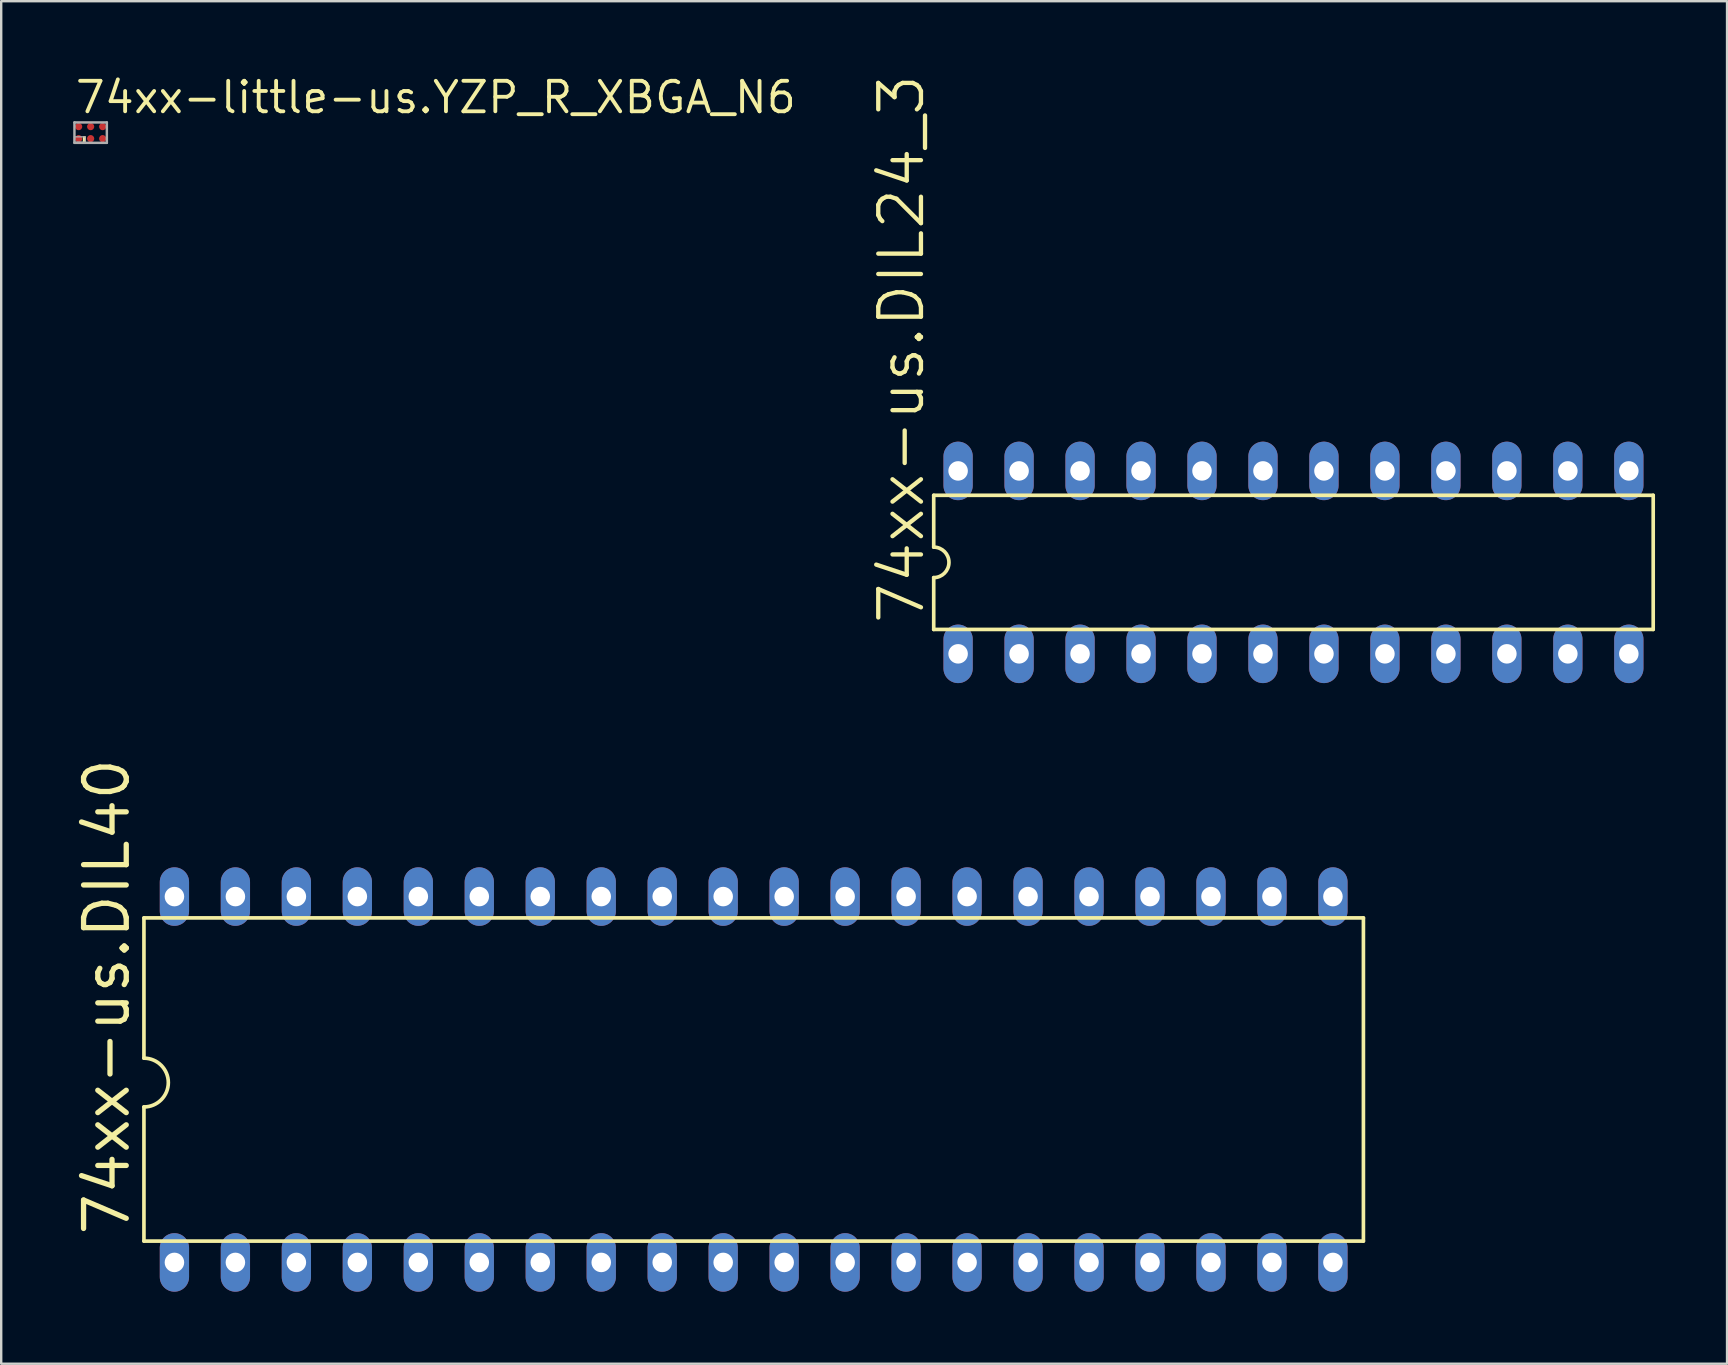
<source format=kicad_pcb>
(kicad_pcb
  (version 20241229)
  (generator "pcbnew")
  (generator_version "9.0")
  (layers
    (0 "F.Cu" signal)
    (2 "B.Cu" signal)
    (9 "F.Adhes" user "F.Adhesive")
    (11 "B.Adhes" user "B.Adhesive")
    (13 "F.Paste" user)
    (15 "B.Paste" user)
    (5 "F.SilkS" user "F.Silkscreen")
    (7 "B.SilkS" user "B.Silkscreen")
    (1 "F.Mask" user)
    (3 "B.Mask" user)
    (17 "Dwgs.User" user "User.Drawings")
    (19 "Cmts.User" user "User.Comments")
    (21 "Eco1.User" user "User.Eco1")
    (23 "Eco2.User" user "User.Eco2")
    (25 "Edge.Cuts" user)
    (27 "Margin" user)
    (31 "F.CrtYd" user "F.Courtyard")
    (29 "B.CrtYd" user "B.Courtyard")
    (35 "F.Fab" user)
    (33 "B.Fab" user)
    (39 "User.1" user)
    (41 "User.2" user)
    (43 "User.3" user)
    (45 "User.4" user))
  (footprint "74xx-us.DIL40"
    (layer "F.Cu")
    (at 28.346 41.919)
    (property "Reference" "74xx-us.DIL40" (at -25.908 6.604 90) (layer "F.SilkS") (effects (font (size 1.778 1.778) (thickness 0.22)) (justify left bottom)))
    (attr through_hole)
    (fp_line (start -25.4 -6.731) (end -25.4 -0.889) (stroke (width 0.152) (type default)) (layer "F.SilkS"))
    (fp_line (start -25.4 6.731) (end -25.4 1.143) (stroke (width 0.152) (type default)) (layer "F.SilkS"))
    (fp_line (start -25.4 6.731) (end 25.4 6.731) (stroke (width 0.152) (type default)) (layer "F.SilkS"))
    (fp_line (start 25.4 -6.731) (end -25.4 -6.731) (stroke (width 0.152) (type default)) (layer "F.SilkS"))
    (fp_line (start 25.4 -6.731) (end 25.4 6.731) (stroke (width 0.152) (type default)) (layer "F.SilkS"))
    (fp_arc (start -25.4 -0.889) (mid -24.384 0.127) (end -25.4 1.143) (stroke (width 0.1524) (type default)) (layer "F.SilkS"))
    (pad "1" thru_hole oval (at -24.13 7.62 90) (size 2.438 1.219) (drill 0.813) (layers "*.Cu" "*.Mask"))
    (pad "2" thru_hole oval (at -21.59 7.62 90) (size 2.438 1.219) (drill 0.813) (layers "*.Cu" "*.Mask"))
    (pad "3" thru_hole oval (at -19.05 7.62 90) (size 2.438 1.219) (drill 0.813) (layers "*.Cu" "*.Mask"))
    (pad "4" thru_hole oval (at -16.51 7.62 90) (size 2.438 1.219) (drill 0.813) (layers "*.Cu" "*.Mask"))
    (pad "5" thru_hole oval (at -13.97 7.62 90) (size 2.438 1.219) (drill 0.813) (layers "*.Cu" "*.Mask"))
    (pad "6" thru_hole oval (at -11.43 7.62 90) (size 2.438 1.219) (drill 0.813) (layers "*.Cu" "*.Mask"))
    (pad "7" thru_hole oval (at -8.89 7.62 90) (size 2.438 1.219) (drill 0.813) (layers "*.Cu" "*.Mask"))
    (pad "8" thru_hole oval (at -6.35 7.62 90) (size 2.438 1.219) (drill 0.813) (layers "*.Cu" "*.Mask"))
    (pad "9" thru_hole oval (at -3.81 7.62 90) (size 2.438 1.219) (drill 0.813) (layers "*.Cu" "*.Mask"))
    (pad "10" thru_hole oval (at -1.27 7.62 90) (size 2.438 1.219) (drill 0.813) (layers "*.Cu" "*.Mask"))
    (pad "11" thru_hole oval (at 1.27 7.62 90) (size 2.438 1.219) (drill 0.813) (layers "*.Cu" "*.Mask"))
    (pad "12" thru_hole oval (at 3.81 7.62 90) (size 2.438 1.219) (drill 0.813) (layers "*.Cu" "*.Mask"))
    (pad "13" thru_hole oval (at 6.35 7.62 90) (size 2.438 1.219) (drill 0.813) (layers "*.Cu" "*.Mask"))
    (pad "14" thru_hole oval (at 8.89 7.62 90) (size 2.438 1.219) (drill 0.813) (layers "*.Cu" "*.Mask"))
    (pad "15" thru_hole oval (at 11.43 7.62 90) (size 2.438 1.219) (drill 0.813) (layers "*.Cu" "*.Mask"))
    (pad "16" thru_hole oval (at 13.97 7.62 90) (size 2.438 1.219) (drill 0.813) (layers "*.Cu" "*.Mask"))
    (pad "17" thru_hole oval (at 16.51 7.62 90) (size 2.438 1.219) (drill 0.813) (layers "*.Cu" "*.Mask"))
    (pad "18" thru_hole oval (at 19.05 7.62 90) (size 2.438 1.219) (drill 0.813) (layers "*.Cu" "*.Mask"))
    (pad "19" thru_hole oval (at 21.59 7.62 90) (size 2.438 1.219) (drill 0.813) (layers "*.Cu" "*.Mask"))
    (pad "20" thru_hole oval (at 24.13 7.62 90) (size 2.438 1.219) (drill 0.813) (layers "*.Cu" "*.Mask"))
    (pad "21" thru_hole oval (at 24.13 -7.62 90) (size 2.438 1.219) (drill 0.813) (layers "*.Cu" "*.Mask"))
    (pad "22" thru_hole oval (at 21.59 -7.62 90) (size 2.438 1.219) (drill 0.813) (layers "*.Cu" "*.Mask"))
    (pad "23" thru_hole oval (at 19.05 -7.62 90) (size 2.438 1.219) (drill 0.813) (layers "*.Cu" "*.Mask"))
    (pad "24" thru_hole oval (at 16.51 -7.62 90) (size 2.438 1.219) (drill 0.813) (layers "*.Cu" "*.Mask"))
    (pad "25" thru_hole oval (at 13.97 -7.62 90) (size 2.438 1.219) (drill 0.813) (layers "*.Cu" "*.Mask"))
    (pad "26" thru_hole oval (at 11.43 -7.62 90) (size 2.438 1.219) (drill 0.813) (layers "*.Cu" "*.Mask"))
    (pad "27" thru_hole oval (at 8.89 -7.62 90) (size 2.438 1.219) (drill 0.813) (layers "*.Cu" "*.Mask"))
    (pad "28" thru_hole oval (at 6.35 -7.62 90) (size 2.438 1.219) (drill 0.813) (layers "*.Cu" "*.Mask"))
    (pad "29" thru_hole oval (at 3.81 -7.62 90) (size 2.438 1.219) (drill 0.813) (layers "*.Cu" "*.Mask"))
    (pad "30" thru_hole oval (at 1.27 -7.62 90) (size 2.438 1.219) (drill 0.813) (layers "*.Cu" "*.Mask"))
    (pad "31" thru_hole oval (at -1.27 -7.62 90) (size 2.438 1.219) (drill 0.813) (layers "*.Cu" "*.Mask"))
    (pad "32" thru_hole oval (at -3.81 -7.62 90) (size 2.438 1.219) (drill 0.813) (layers "*.Cu" "*.Mask"))
    (pad "33" thru_hole oval (at -6.35 -7.62 90) (size 2.438 1.219) (drill 0.813) (layers "*.Cu" "*.Mask"))
    (pad "34" thru_hole oval (at -8.89 -7.62 90) (size 2.438 1.219) (drill 0.813) (layers "*.Cu" "*.Mask"))
    (pad "35" thru_hole oval (at -11.43 -7.62 90) (size 2.438 1.219) (drill 0.813) (layers "*.Cu" "*.Mask"))
    (pad "36" thru_hole oval (at -13.97 -7.62 90) (size 2.438 1.219) (drill 0.813) (layers "*.Cu" "*.Mask"))
    (pad "37" thru_hole oval (at -16.51 -7.62 90) (size 2.438 1.219) (drill 0.813) (layers "*.Cu" "*.Mask"))
    (pad "38" thru_hole oval (at -19.05 -7.62 90) (size 2.438 1.219) (drill 0.813) (layers "*.Cu" "*.Mask"))
    (pad "39" thru_hole oval (at -21.59 -7.62 90) (size 2.438 1.219) (drill 0.813) (layers "*.Cu" "*.Mask"))
    (pad "40" thru_hole oval (at -24.13 -7.62 90) (size 2.438 1.219) (drill 0.813) (layers "*.Cu" "*.Mask")))
  (footprint "74xx-little-us.YZP_R_XBGA_N6"
    (layer "F.Cu")
    (at 0.726 2.475)
    (property "Reference" "74xx-little-us.YZP_R_XBGA_N6" (at -0.725 -0.725 0) (layer "F.SilkS") (effects (font (size 1.27 1.27) (thickness 0.16)) (justify left bottom)))
    (attr smd)
    (fp_circle (center -0.5 -0.25) (end -0.325 -0.25) (stroke (width 0.1) (type default)) (fill no) (layer "F.Mask"))
    (fp_circle (center -0.5 0.25) (end -0.325 0.25) (stroke (width 0.1) (type default)) (fill no) (layer "F.Mask"))
    (fp_circle (center 0 -0.25) (end 0.175 -0.25) (stroke (width 0.1) (type default)) (fill no) (layer "F.Mask"))
    (fp_circle (center 0 0.25) (end 0.175 0.25) (stroke (width 0.1) (type default)) (fill no) (layer "F.Mask"))
    (fp_circle (center 0.5 -0.25) (end 0.675 -0.25) (stroke (width 0.1) (type default)) (fill no) (layer "F.Mask"))
    (fp_circle (center 0.5 0.25) (end 0.675 0.25) (stroke (width 0.1) (type default)) (fill no) (layer "F.Mask"))
    (fp_rect (start -0.3 0.375) (end -0.225 0.175) (stroke (width 0.05) (type default)) (fill yes) (layer "F.SilkS"))
    (fp_line (start -0.675 -0.425) (end 0.675 -0.425) (stroke (width 0.102) (type default)) (layer "F.Fab"))
    (fp_line (start -0.675 0.425) (end -0.675 -0.425) (stroke (width 0.102) (type default)) (layer "F.Fab"))
    (fp_line (start 0.675 -0.425) (end 0.675 0.425) (stroke (width 0.102) (type default)) (layer "F.Fab"))
    (fp_line (start 0.675 0.425) (end -0.675 0.425) (stroke (width 0.102) (type default)) (layer "F.Fab"))
    (fp_rect (start -0.675 0.4) (end -0.225 0.175) (stroke (width 0.05) (type default)) (fill no) (layer "F.Fab"))
    (pad "A1" smd roundrect (at -0.5 0.25) (size 0.3 0.3) (layers "F.Cu" "F.Mask" "F.Paste") (roundrect_rratio 0.5))
    (pad "A2" smd roundrect (at -0.5 -0.25) (size 0.3 0.3) (layers "F.Cu" "F.Mask" "F.Paste") (roundrect_rratio 0.5))
    (pad "B1" smd roundrect (at 0 0.25) (size 0.3 0.3) (layers "F.Cu" "F.Mask" "F.Paste") (roundrect_rratio 0.5))
    (pad "B2" smd roundrect (at 0 -0.25) (size 0.3 0.3) (layers "F.Cu" "F.Mask" "F.Paste") (roundrect_rratio 0.5))
    (pad "C1" smd roundrect (at 0.5 0.25) (size 0.3 0.3) (layers "F.Cu" "F.Mask" "F.Paste") (roundrect_rratio 0.5))
    (pad "C2" smd roundrect (at 0.5 -0.25) (size 0.3 0.3) (layers "F.Cu" "F.Mask" "F.Paste") (roundrect_rratio 0.5)))
  (footprint "74xx-us.DIL24_3"
    (layer "F.Cu")
    (at 50.832 20.377)
    (property "Reference" "74xx-us.DIL24_3" (at -15.291 2.667 90) (layer "F.SilkS") (effects (font (size 1.778 1.778) (thickness 0.18)) (justify left bottom)))
    (attr through_hole)
    (fp_line (start -14.986 -2.794) (end -14.986 -0.635) (stroke (width 0.152) (type default)) (layer "F.SilkS"))
    (fp_line (start -14.986 -2.794) (end 14.986 -2.794) (stroke (width 0.152) (type default)) (layer "F.SilkS"))
    (fp_line (start -14.986 0.635) (end -14.986 2.794) (stroke (width 0.152) (type default)) (layer "F.SilkS"))
    (fp_line (start -14.986 2.794) (end 14.986 2.794) (stroke (width 0.152) (type default)) (layer "F.SilkS"))
    (fp_line (start 14.986 2.794) (end 14.986 -2.794) (stroke (width 0.152) (type default)) (layer "F.SilkS"))
    (fp_arc (start -14.986 -0.635) (mid -14.351 0) (end -14.986 0.635) (stroke (width 0.1524) (type default)) (layer "F.SilkS"))
    (pad "1" thru_hole oval (at -13.97 3.81 90) (size 2.438 1.219) (drill 0.813) (layers "*.Cu" "*.Mask"))
    (pad "2" thru_hole oval (at -11.43 3.81 90) (size 2.438 1.219) (drill 0.813) (layers "*.Cu" "*.Mask"))
    (pad "3" thru_hole oval (at -8.89 3.81 90) (size 2.438 1.219) (drill 0.813) (layers "*.Cu" "*.Mask"))
    (pad "4" thru_hole oval (at -6.35 3.81 90) (size 2.438 1.219) (drill 0.813) (layers "*.Cu" "*.Mask"))
    (pad "5" thru_hole oval (at -3.81 3.81 90) (size 2.438 1.219) (drill 0.813) (layers "*.Cu" "*.Mask"))
    (pad "6" thru_hole oval (at -1.27 3.81 90) (size 2.438 1.219) (drill 0.813) (layers "*.Cu" "*.Mask"))
    (pad "7" thru_hole oval (at 1.27 3.81 90) (size 2.438 1.219) (drill 0.813) (layers "*.Cu" "*.Mask"))
    (pad "8" thru_hole oval (at 3.81 3.81 90) (size 2.438 1.219) (drill 0.813) (layers "*.Cu" "*.Mask"))
    (pad "9" thru_hole oval (at 6.35 3.81 90) (size 2.438 1.219) (drill 0.813) (layers "*.Cu" "*.Mask"))
    (pad "10" thru_hole oval (at 8.89 3.81 90) (size 2.438 1.219) (drill 0.813) (layers "*.Cu" "*.Mask"))
    (pad "11" thru_hole oval (at 11.43 3.81 90) (size 2.438 1.219) (drill 0.813) (layers "*.Cu" "*.Mask"))
    (pad "12" thru_hole oval (at 13.97 3.81 90) (size 2.438 1.219) (drill 0.813) (layers "*.Cu" "*.Mask"))
    (pad "13" thru_hole oval (at 13.97 -3.81 90) (size 2.438 1.219) (drill 0.813) (layers "*.Cu" "*.Mask"))
    (pad "14" thru_hole oval (at 11.43 -3.81 90) (size 2.438 1.219) (drill 0.813) (layers "*.Cu" "*.Mask"))
    (pad "15" thru_hole oval (at 8.89 -3.81 90) (size 2.438 1.219) (drill 0.813) (layers "*.Cu" "*.Mask"))
    (pad "16" thru_hole oval (at 6.35 -3.81 90) (size 2.438 1.219) (drill 0.813) (layers "*.Cu" "*.Mask"))
    (pad "17" thru_hole oval (at 3.81 -3.81 90) (size 2.438 1.219) (drill 0.813) (layers "*.Cu" "*.Mask"))
    (pad "18" thru_hole oval (at 1.27 -3.81 90) (size 2.438 1.219) (drill 0.813) (layers "*.Cu" "*.Mask"))
    (pad "19" thru_hole oval (at -1.27 -3.81 90) (size 2.438 1.219) (drill 0.813) (layers "*.Cu" "*.Mask"))
    (pad "20" thru_hole oval (at -3.81 -3.81 90) (size 2.438 1.219) (drill 0.813) (layers "*.Cu" "*.Mask"))
    (pad "21" thru_hole oval (at -6.35 -3.81 90) (size 2.438 1.219) (drill 0.813) (layers "*.Cu" "*.Mask"))
    (pad "22" thru_hole oval (at -8.89 -3.81 90) (size 2.438 1.219) (drill 0.813) (layers "*.Cu" "*.Mask"))
    (pad "23" thru_hole oval (at -11.43 -3.81 90) (size 2.438 1.219) (drill 0.813) (layers "*.Cu" "*.Mask"))
    (pad "24" thru_hole oval (at -13.97 -3.81 90) (size 2.438 1.219) (drill 0.813) (layers "*.Cu" "*.Mask")))
  (gr_rect
    (start -3 -3)
    (end 68.894 53.758)
    (stroke (width 0.1) (type default))
    (fill no)
    (layer "Edge.Cuts")))
</source>
